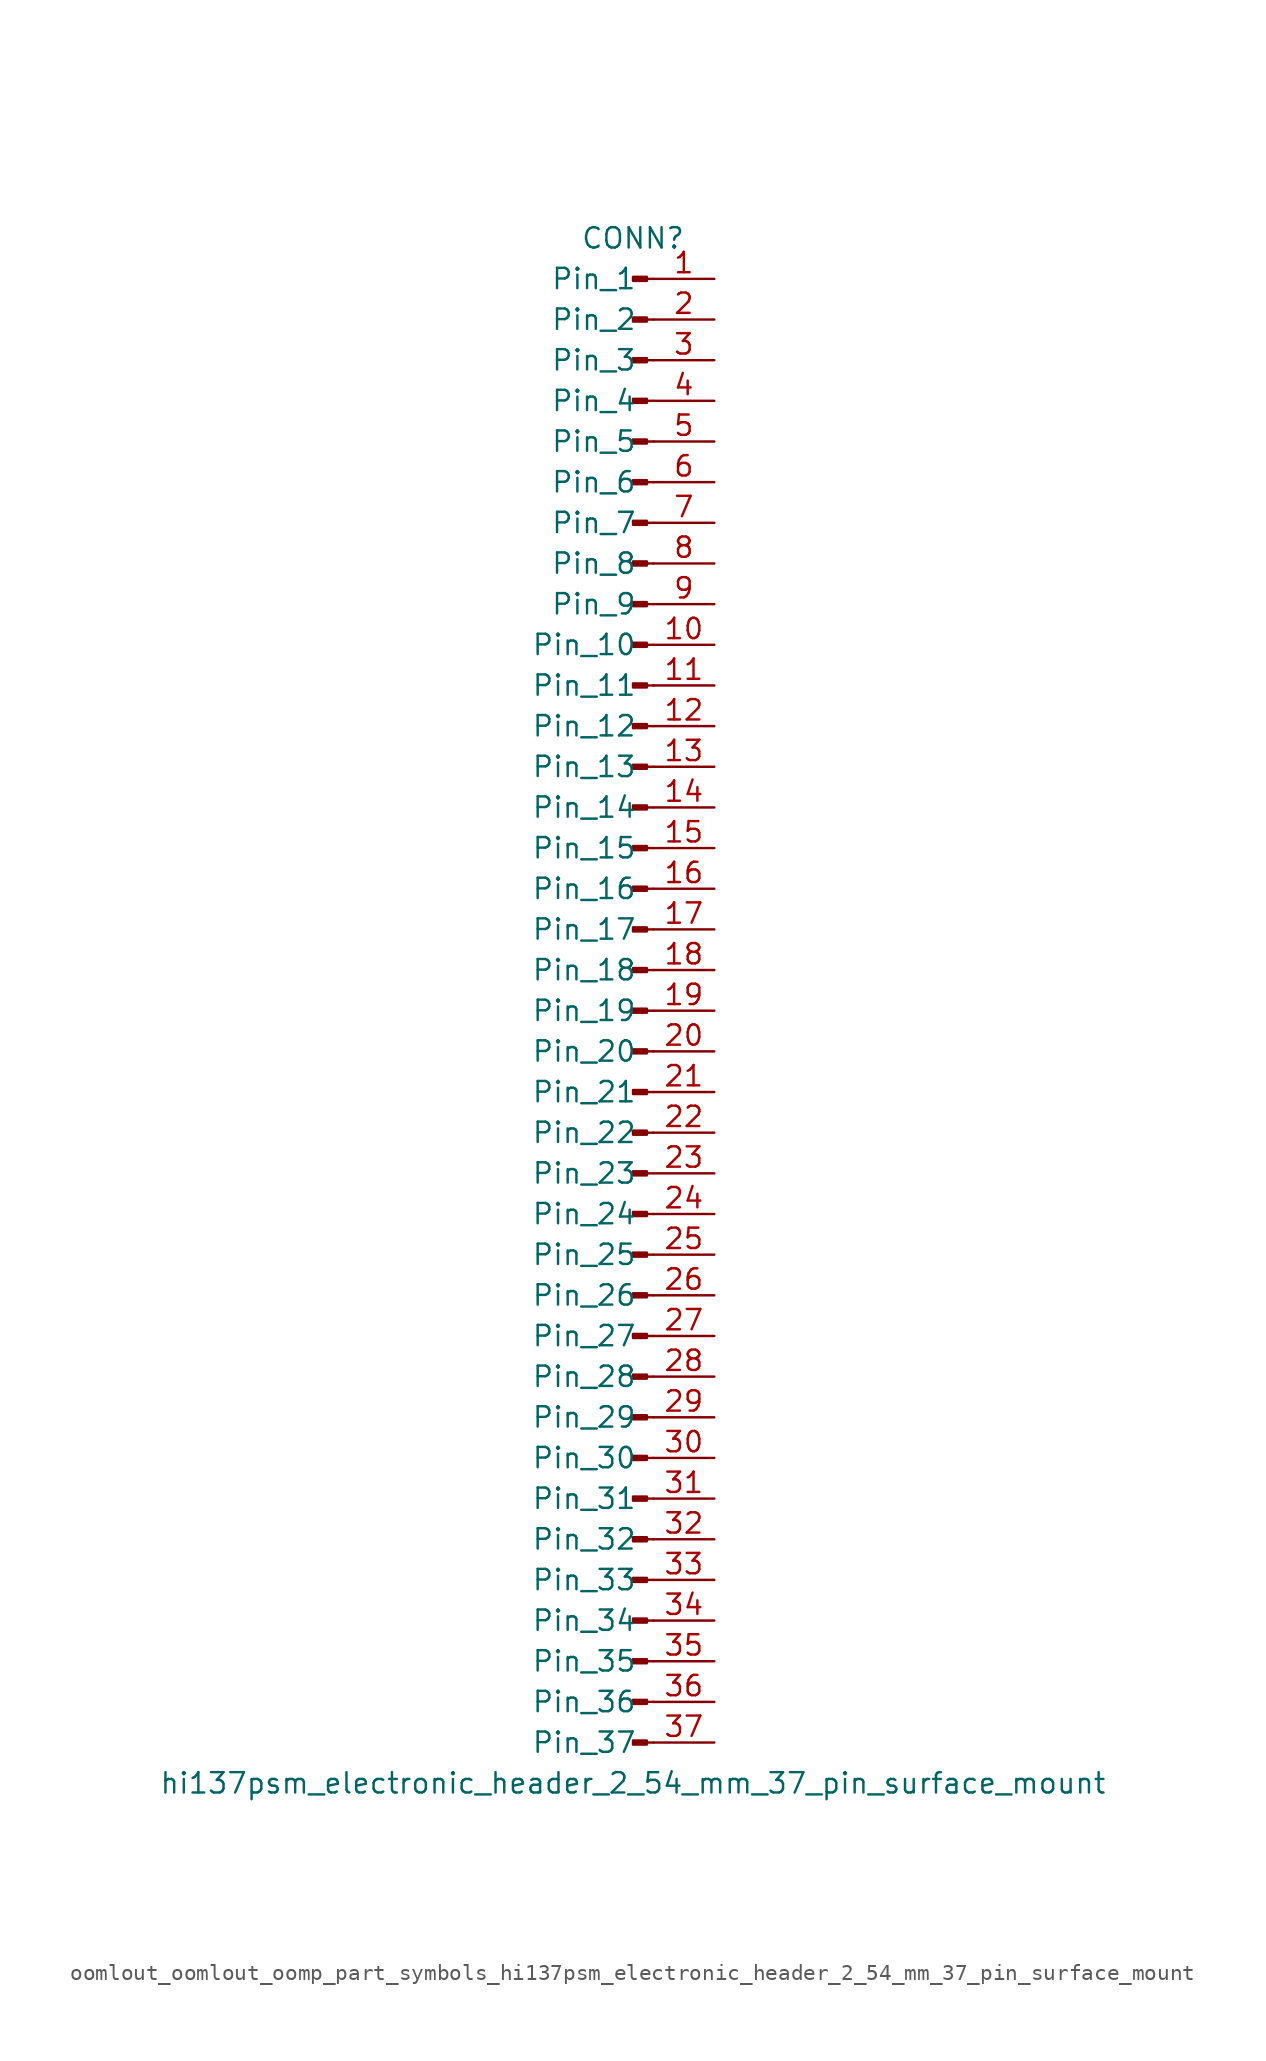
<source format=kicad_sym>
(kicad_symbol_lib
  (version 20220914)
  (generator kicad_symbol_editor)
  (symbol "oomlout_oomlout_oomp_part_symbols_hi137psm_electronic_header_2_54_mm_37_pin_surface_mount"
    (pin_names
      (offset 1.016))
    (property "Reference" "CONN"
      (at 0 48.26 0)
      (effects (font (size 1.27 1.27))))
    (property "Value" "hi137psm_electronic_header_2_54_mm_37_pin_surface_mount"
      (at 0 -48.26 0)
      (effects (font (size 1.27 1.27))))
    (property "ki_locked" ""
      (at 0 0 0)
      (effects (font (size 1.27 1.27))))
    (symbol "oomlout_oomlout_oomp_part_symbols_hi137psm_electronic_header_2_54_mm_37_pin_surface_mount_1_1"
      (polyline (pts (xy 1.27 -45.72) (xy 0.864 -45.72)) (stroke (width 0.152) (type default)) (fill (type none)))
      (polyline (pts (xy 1.27 -43.18) (xy 0.864 -43.18)) (stroke (width 0.152) (type default)) (fill (type none)))
      (polyline (pts (xy 1.27 -40.64) (xy 0.864 -40.64)) (stroke (width 0.152) (type default)) (fill (type none)))
      (polyline (pts (xy 1.27 -38.1) (xy 0.864 -38.1)) (stroke (width 0.152) (type default)) (fill (type none)))
      (polyline (pts (xy 1.27 -35.56) (xy 0.864 -35.56)) (stroke (width 0.152) (type default)) (fill (type none)))
      (polyline (pts (xy 1.27 -33.02) (xy 0.864 -33.02)) (stroke (width 0.152) (type default)) (fill (type none)))
      (polyline (pts (xy 1.27 -30.48) (xy 0.864 -30.48)) (stroke (width 0.152) (type default)) (fill (type none)))
      (polyline (pts (xy 1.27 -27.94) (xy 0.864 -27.94)) (stroke (width 0.152) (type default)) (fill (type none)))
      (polyline (pts (xy 1.27 -25.4) (xy 0.864 -25.4)) (stroke (width 0.152) (type default)) (fill (type none)))
      (polyline (pts (xy 1.27 -22.86) (xy 0.864 -22.86)) (stroke (width 0.152) (type default)) (fill (type none)))
      (polyline (pts (xy 1.27 -20.32) (xy 0.864 -20.32)) (stroke (width 0.152) (type default)) (fill (type none)))
      (polyline (pts (xy 1.27 -17.78) (xy 0.864 -17.78)) (stroke (width 0.152) (type default)) (fill (type none)))
      (polyline (pts (xy 1.27 -15.24) (xy 0.864 -15.24)) (stroke (width 0.152) (type default)) (fill (type none)))
      (polyline (pts (xy 1.27 -12.7) (xy 0.864 -12.7)) (stroke (width 0.152) (type default)) (fill (type none)))
      (polyline (pts (xy 1.27 -10.16) (xy 0.864 -10.16)) (stroke (width 0.152) (type default)) (fill (type none)))
      (polyline (pts (xy 1.27 -7.62) (xy 0.864 -7.62)) (stroke (width 0.152) (type default)) (fill (type none)))
      (polyline (pts (xy 1.27 -5.08) (xy 0.864 -5.08)) (stroke (width 0.152) (type default)) (fill (type none)))
      (polyline (pts (xy 1.27 -2.54) (xy 0.864 -2.54)) (stroke (width 0.152) (type default)) (fill (type none)))
      (polyline (pts (xy 1.27 0) (xy 0.864 0)) (stroke (width 0.152) (type default)) (fill (type none)))
      (polyline (pts (xy 1.27 2.54) (xy 0.864 2.54)) (stroke (width 0.152) (type default)) (fill (type none)))
      (polyline (pts (xy 1.27 5.08) (xy 0.864 5.08)) (stroke (width 0.152) (type default)) (fill (type none)))
      (polyline (pts (xy 1.27 7.62) (xy 0.864 7.62)) (stroke (width 0.152) (type default)) (fill (type none)))
      (polyline (pts (xy 1.27 10.16) (xy 0.864 10.16)) (stroke (width 0.152) (type default)) (fill (type none)))
      (polyline (pts (xy 1.27 12.7) (xy 0.864 12.7)) (stroke (width 0.152) (type default)) (fill (type none)))
      (polyline (pts (xy 1.27 15.24) (xy 0.864 15.24)) (stroke (width 0.152) (type default)) (fill (type none)))
      (polyline (pts (xy 1.27 17.78) (xy 0.864 17.78)) (stroke (width 0.152) (type default)) (fill (type none)))
      (polyline (pts (xy 1.27 20.32) (xy 0.864 20.32)) (stroke (width 0.152) (type default)) (fill (type none)))
      (polyline (pts (xy 1.27 22.86) (xy 0.864 22.86)) (stroke (width 0.152) (type default)) (fill (type none)))
      (polyline (pts (xy 1.27 25.4) (xy 0.864 25.4)) (stroke (width 0.152) (type default)) (fill (type none)))
      (polyline (pts (xy 1.27 27.94) (xy 0.864 27.94)) (stroke (width 0.152) (type default)) (fill (type none)))
      (polyline (pts (xy 1.27 30.48) (xy 0.864 30.48)) (stroke (width 0.152) (type default)) (fill (type none)))
      (polyline (pts (xy 1.27 33.02) (xy 0.864 33.02)) (stroke (width 0.152) (type default)) (fill (type none)))
      (polyline (pts (xy 1.27 35.56) (xy 0.864 35.56)) (stroke (width 0.152) (type default)) (fill (type none)))
      (polyline (pts (xy 1.27 38.1) (xy 0.864 38.1)) (stroke (width 0.152) (type default)) (fill (type none)))
      (polyline (pts (xy 1.27 40.64) (xy 0.864 40.64)) (stroke (width 0.152) (type default)) (fill (type none)))
      (polyline (pts (xy 1.27 43.18) (xy 0.864 43.18)) (stroke (width 0.152) (type default)) (fill (type none)))
      (polyline (pts (xy 1.27 45.72) (xy 0.864 45.72)) (stroke (width 0.152) (type default)) (fill (type none)))
      (rectangle (start 0.864 -45.593) (end 0 -45.847) (stroke (width 0.152) (type default)) (fill (type outline)))
      (rectangle (start 0.864 -43.053) (end 0 -43.307) (stroke (width 0.152) (type default)) (fill (type outline)))
      (rectangle (start 0.864 -40.513) (end 0 -40.767) (stroke (width 0.152) (type default)) (fill (type outline)))
      (rectangle (start 0.864 -37.973) (end 0 -38.227) (stroke (width 0.152) (type default)) (fill (type outline)))
      (rectangle (start 0.864 -35.433) (end 0 -35.687) (stroke (width 0.152) (type default)) (fill (type outline)))
      (rectangle (start 0.864 -32.893) (end 0 -33.147) (stroke (width 0.152) (type default)) (fill (type outline)))
      (rectangle (start 0.864 -30.353) (end 0 -30.607) (stroke (width 0.152) (type default)) (fill (type outline)))
      (rectangle (start 0.864 -27.813) (end 0 -28.067) (stroke (width 0.152) (type default)) (fill (type outline)))
      (rectangle (start 0.864 -25.273) (end 0 -25.527) (stroke (width 0.152) (type default)) (fill (type outline)))
      (rectangle (start 0.864 -22.733) (end 0 -22.987) (stroke (width 0.152) (type default)) (fill (type outline)))
      (rectangle (start 0.864 -20.193) (end 0 -20.447) (stroke (width 0.152) (type default)) (fill (type outline)))
      (rectangle (start 0.864 -17.653) (end 0 -17.907) (stroke (width 0.152) (type default)) (fill (type outline)))
      (rectangle (start 0.864 -15.113) (end 0 -15.367) (stroke (width 0.152) (type default)) (fill (type outline)))
      (rectangle (start 0.864 -12.573) (end 0 -12.827) (stroke (width 0.152) (type default)) (fill (type outline)))
      (rectangle (start 0.864 -10.033) (end 0 -10.287) (stroke (width 0.152) (type default)) (fill (type outline)))
      (rectangle (start 0.864 -7.493) (end 0 -7.747) (stroke (width 0.152) (type default)) (fill (type outline)))
      (rectangle (start 0.864 -4.953) (end 0 -5.207) (stroke (width 0.152) (type default)) (fill (type outline)))
      (rectangle (start 0.864 -2.413) (end 0 -2.667) (stroke (width 0.152) (type default)) (fill (type outline)))
      (rectangle (start 0.864 0.127) (end 0 -0.127) (stroke (width 0.152) (type default)) (fill (type outline)))
      (rectangle (start 0.864 2.667) (end 0 2.413) (stroke (width 0.152) (type default)) (fill (type outline)))
      (rectangle (start 0.864 5.207) (end 0 4.953) (stroke (width 0.152) (type default)) (fill (type outline)))
      (rectangle (start 0.864 7.747) (end 0 7.493) (stroke (width 0.152) (type default)) (fill (type outline)))
      (rectangle (start 0.864 10.287) (end 0 10.033) (stroke (width 0.152) (type default)) (fill (type outline)))
      (rectangle (start 0.864 12.827) (end 0 12.573) (stroke (width 0.152) (type default)) (fill (type outline)))
      (rectangle (start 0.864 15.367) (end 0 15.113) (stroke (width 0.152) (type default)) (fill (type outline)))
      (rectangle (start 0.864 17.907) (end 0 17.653) (stroke (width 0.152) (type default)) (fill (type outline)))
      (rectangle (start 0.864 20.447) (end 0 20.193) (stroke (width 0.152) (type default)) (fill (type outline)))
      (rectangle (start 0.864 22.987) (end 0 22.733) (stroke (width 0.152) (type default)) (fill (type outline)))
      (rectangle (start 0.864 25.527) (end 0 25.273) (stroke (width 0.152) (type default)) (fill (type outline)))
      (rectangle (start 0.864 28.067) (end 0 27.813) (stroke (width 0.152) (type default)) (fill (type outline)))
      (rectangle (start 0.864 30.607) (end 0 30.353) (stroke (width 0.152) (type default)) (fill (type outline)))
      (rectangle (start 0.864 33.147) (end 0 32.893) (stroke (width 0.152) (type default)) (fill (type outline)))
      (rectangle (start 0.864 35.687) (end 0 35.433) (stroke (width 0.152) (type default)) (fill (type outline)))
      (rectangle (start 0.864 38.227) (end 0 37.973) (stroke (width 0.152) (type default)) (fill (type outline)))
      (rectangle (start 0.864 40.767) (end 0 40.513) (stroke (width 0.152) (type default)) (fill (type outline)))
      (rectangle (start 0.864 43.307) (end 0 43.053) (stroke (width 0.152) (type default)) (fill (type outline)))
      (rectangle (start 0.864 45.847) (end 0 45.593) (stroke (width 0.152) (type default)) (fill (type outline)))
      (pin passive line (at 5.08 45.72 180) (length 3.81) (name "Pin_1" (effects (font (size 1.27 1.27)))) (number "1" (effects (font (size 1.27 1.27)))))
      (pin passive line (at 5.08 22.86 180) (length 3.81) (name "Pin_10" (effects (font (size 1.27 1.27)))) (number "10" (effects (font (size 1.27 1.27)))))
      (pin passive line (at 5.08 20.32 180) (length 3.81) (name "Pin_11" (effects (font (size 1.27 1.27)))) (number "11" (effects (font (size 1.27 1.27)))))
      (pin passive line (at 5.08 17.78 180) (length 3.81) (name "Pin_12" (effects (font (size 1.27 1.27)))) (number "12" (effects (font (size 1.27 1.27)))))
      (pin passive line (at 5.08 15.24 180) (length 3.81) (name "Pin_13" (effects (font (size 1.27 1.27)))) (number "13" (effects (font (size 1.27 1.27)))))
      (pin passive line (at 5.08 12.7 180) (length 3.81) (name "Pin_14" (effects (font (size 1.27 1.27)))) (number "14" (effects (font (size 1.27 1.27)))))
      (pin passive line (at 5.08 10.16 180) (length 3.81) (name "Pin_15" (effects (font (size 1.27 1.27)))) (number "15" (effects (font (size 1.27 1.27)))))
      (pin passive line (at 5.08 7.62 180) (length 3.81) (name "Pin_16" (effects (font (size 1.27 1.27)))) (number "16" (effects (font (size 1.27 1.27)))))
      (pin passive line (at 5.08 5.08 180) (length 3.81) (name "Pin_17" (effects (font (size 1.27 1.27)))) (number "17" (effects (font (size 1.27 1.27)))))
      (pin passive line (at 5.08 2.54 180) (length 3.81) (name "Pin_18" (effects (font (size 1.27 1.27)))) (number "18" (effects (font (size 1.27 1.27)))))
      (pin passive line (at 5.08 0 180) (length 3.81) (name "Pin_19" (effects (font (size 1.27 1.27)))) (number "19" (effects (font (size 1.27 1.27)))))
      (pin passive line (at 5.08 43.18 180) (length 3.81) (name "Pin_2" (effects (font (size 1.27 1.27)))) (number "2" (effects (font (size 1.27 1.27)))))
      (pin passive line (at 5.08 -2.54 180) (length 3.81) (name "Pin_20" (effects (font (size 1.27 1.27)))) (number "20" (effects (font (size 1.27 1.27)))))
      (pin passive line (at 5.08 -5.08 180) (length 3.81) (name "Pin_21" (effects (font (size 1.27 1.27)))) (number "21" (effects (font (size 1.27 1.27)))))
      (pin passive line (at 5.08 -7.62 180) (length 3.81) (name "Pin_22" (effects (font (size 1.27 1.27)))) (number "22" (effects (font (size 1.27 1.27)))))
      (pin passive line (at 5.08 -10.16 180) (length 3.81) (name "Pin_23" (effects (font (size 1.27 1.27)))) (number "23" (effects (font (size 1.27 1.27)))))
      (pin passive line (at 5.08 -12.7 180) (length 3.81) (name "Pin_24" (effects (font (size 1.27 1.27)))) (number "24" (effects (font (size 1.27 1.27)))))
      (pin passive line (at 5.08 -15.24 180) (length 3.81) (name "Pin_25" (effects (font (size 1.27 1.27)))) (number "25" (effects (font (size 1.27 1.27)))))
      (pin passive line (at 5.08 -17.78 180) (length 3.81) (name "Pin_26" (effects (font (size 1.27 1.27)))) (number "26" (effects (font (size 1.27 1.27)))))
      (pin passive line (at 5.08 -20.32 180) (length 3.81) (name "Pin_27" (effects (font (size 1.27 1.27)))) (number "27" (effects (font (size 1.27 1.27)))))
      (pin passive line (at 5.08 -22.86 180) (length 3.81) (name "Pin_28" (effects (font (size 1.27 1.27)))) (number "28" (effects (font (size 1.27 1.27)))))
      (pin passive line (at 5.08 -25.4 180) (length 3.81) (name "Pin_29" (effects (font (size 1.27 1.27)))) (number "29" (effects (font (size 1.27 1.27)))))
      (pin passive line (at 5.08 40.64 180) (length 3.81) (name "Pin_3" (effects (font (size 1.27 1.27)))) (number "3" (effects (font (size 1.27 1.27)))))
      (pin passive line (at 5.08 -27.94 180) (length 3.81) (name "Pin_30" (effects (font (size 1.27 1.27)))) (number "30" (effects (font (size 1.27 1.27)))))
      (pin passive line (at 5.08 -30.48 180) (length 3.81) (name "Pin_31" (effects (font (size 1.27 1.27)))) (number "31" (effects (font (size 1.27 1.27)))))
      (pin passive line (at 5.08 -33.02 180) (length 3.81) (name "Pin_32" (effects (font (size 1.27 1.27)))) (number "32" (effects (font (size 1.27 1.27)))))
      (pin passive line (at 5.08 -35.56 180) (length 3.81) (name "Pin_33" (effects (font (size 1.27 1.27)))) (number "33" (effects (font (size 1.27 1.27)))))
      (pin passive line (at 5.08 -38.1 180) (length 3.81) (name "Pin_34" (effects (font (size 1.27 1.27)))) (number "34" (effects (font (size 1.27 1.27)))))
      (pin passive line (at 5.08 -40.64 180) (length 3.81) (name "Pin_35" (effects (font (size 1.27 1.27)))) (number "35" (effects (font (size 1.27 1.27)))))
      (pin passive line (at 5.08 -43.18 180) (length 3.81) (name "Pin_36" (effects (font (size 1.27 1.27)))) (number "36" (effects (font (size 1.27 1.27)))))
      (pin passive line (at 5.08 -45.72 180) (length 3.81) (name "Pin_37" (effects (font (size 1.27 1.27)))) (number "37" (effects (font (size 1.27 1.27)))))
      (pin passive line (at 5.08 38.1 180) (length 3.81) (name "Pin_4" (effects (font (size 1.27 1.27)))) (number "4" (effects (font (size 1.27 1.27)))))
      (pin passive line (at 5.08 35.56 180) (length 3.81) (name "Pin_5" (effects (font (size 1.27 1.27)))) (number "5" (effects (font (size 1.27 1.27)))))
      (pin passive line (at 5.08 33.02 180) (length 3.81) (name "Pin_6" (effects (font (size 1.27 1.27)))) (number "6" (effects (font (size 1.27 1.27)))))
      (pin passive line (at 5.08 30.48 180) (length 3.81) (name "Pin_7" (effects (font (size 1.27 1.27)))) (number "7" (effects (font (size 1.27 1.27)))))
      (pin passive line (at 5.08 27.94 180) (length 3.81) (name "Pin_8" (effects (font (size 1.27 1.27)))) (number "8" (effects (font (size 1.27 1.27)))))
      (pin passive line (at 5.08 25.4 180) (length 3.81) (name "Pin_9" (effects (font (size 1.27 1.27)))) (number "9" (effects (font (size 1.27 1.27))))))))
</source>
